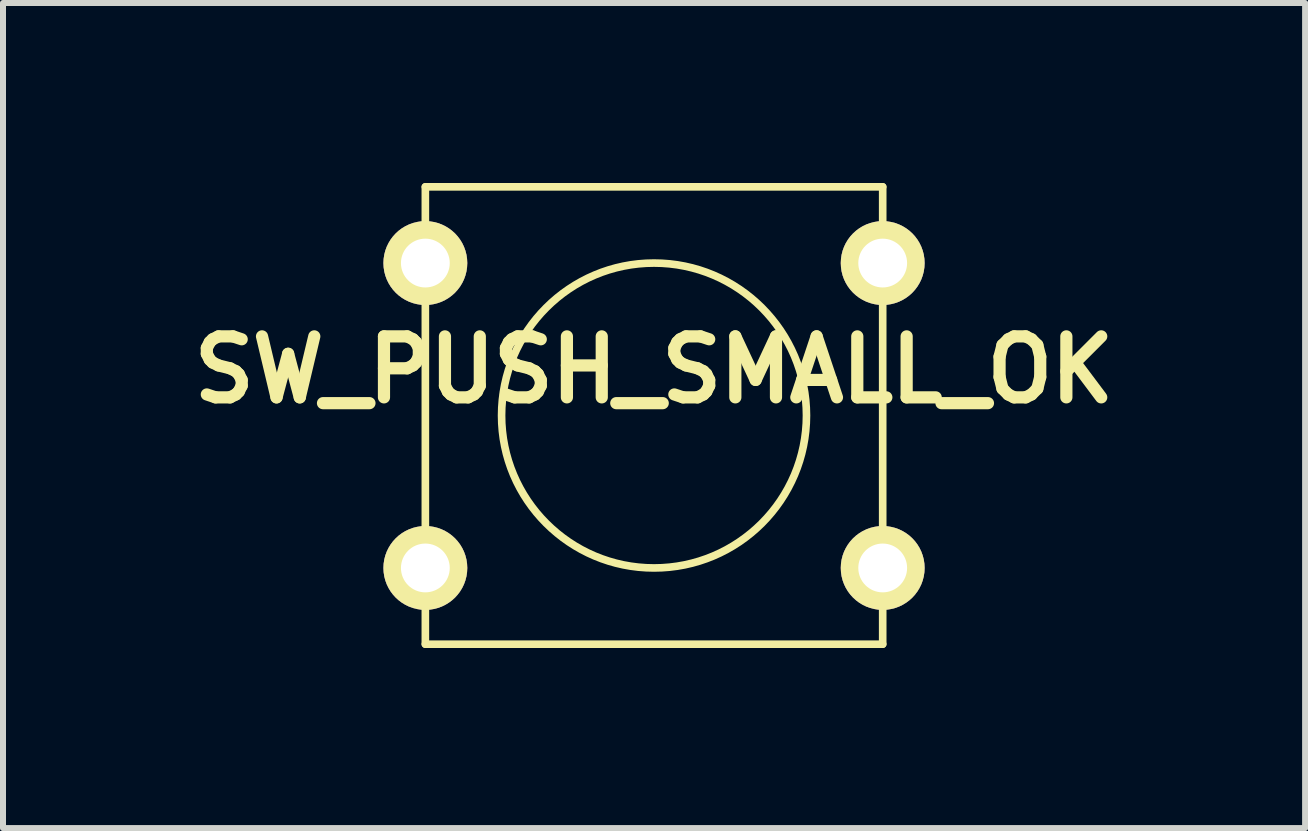
<source format=kicad_pcb>
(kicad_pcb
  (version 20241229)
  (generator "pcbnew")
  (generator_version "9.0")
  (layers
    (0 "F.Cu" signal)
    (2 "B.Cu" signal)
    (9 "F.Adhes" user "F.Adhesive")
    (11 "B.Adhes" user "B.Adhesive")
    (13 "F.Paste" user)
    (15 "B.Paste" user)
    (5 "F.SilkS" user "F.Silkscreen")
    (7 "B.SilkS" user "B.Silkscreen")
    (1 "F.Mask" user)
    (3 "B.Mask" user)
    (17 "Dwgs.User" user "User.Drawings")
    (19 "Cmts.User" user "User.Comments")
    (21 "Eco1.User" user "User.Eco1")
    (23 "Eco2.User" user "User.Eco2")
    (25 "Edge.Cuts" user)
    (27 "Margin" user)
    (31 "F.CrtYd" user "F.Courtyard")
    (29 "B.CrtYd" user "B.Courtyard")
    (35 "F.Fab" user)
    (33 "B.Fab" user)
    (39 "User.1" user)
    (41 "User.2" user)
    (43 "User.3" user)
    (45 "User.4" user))
  (footprint "SW_PUSH_SMALL_OK"
    (layer "F.Cu")
    (at 7.847 3.873)
    (property "Reference" "SW_PUSH_SMALL_OK" (at 0 -0.762 0) (layer "F.SilkS") (effects (font (size 1.016 1.016) (thickness 0.203))))
    (attr through_hole)
    (fp_line (start -3.81 -3.81) (end -3.81 3.81) (stroke (width 0.127) (type solid)) (layer "F.SilkS"))
    (fp_line (start -3.81 -3.81) (end 3.81 -3.81) (stroke (width 0.127) (type solid)) (layer "F.SilkS"))
    (fp_line (start 3.81 -3.81) (end 3.81 3.81) (stroke (width 0.127) (type solid)) (layer "F.SilkS"))
    (fp_line (start 3.81 3.81) (end -3.81 3.81) (stroke (width 0.127) (type solid)) (layer "F.SilkS"))
    (fp_circle (center 0 0) (end 0 -2.54) (stroke (width 0.127) (type solid)) (fill no) (layer "F.SilkS"))
    (pad "1" thru_hole circle (at -3.81 -2.54) (size 1.397 1.397) (drill 0.813) (layers "*.Cu" "*.Mask" "F.SilkS"))
    (pad "2" thru_hole circle (at -3.81 2.54) (size 1.397 1.397) (drill 0.813) (layers "*.Cu" "*.Mask" "F.SilkS"))
    (pad "3" thru_hole circle (at 3.81 -2.54) (size 1.397 1.397) (drill 0.813) (layers "*.Cu" "*.Mask" "F.SilkS"))
    (pad "4" thru_hole circle (at 3.81 2.54) (size 1.397 1.397) (drill 0.813) (layers "*.Cu" "*.Mask" "F.SilkS")))
  (gr_rect
    (start -3 -3)
    (end 18.695 10.747)
    (stroke (width 0.1) (type default))
    (fill no)
    (layer "Edge.Cuts")))
</source>
